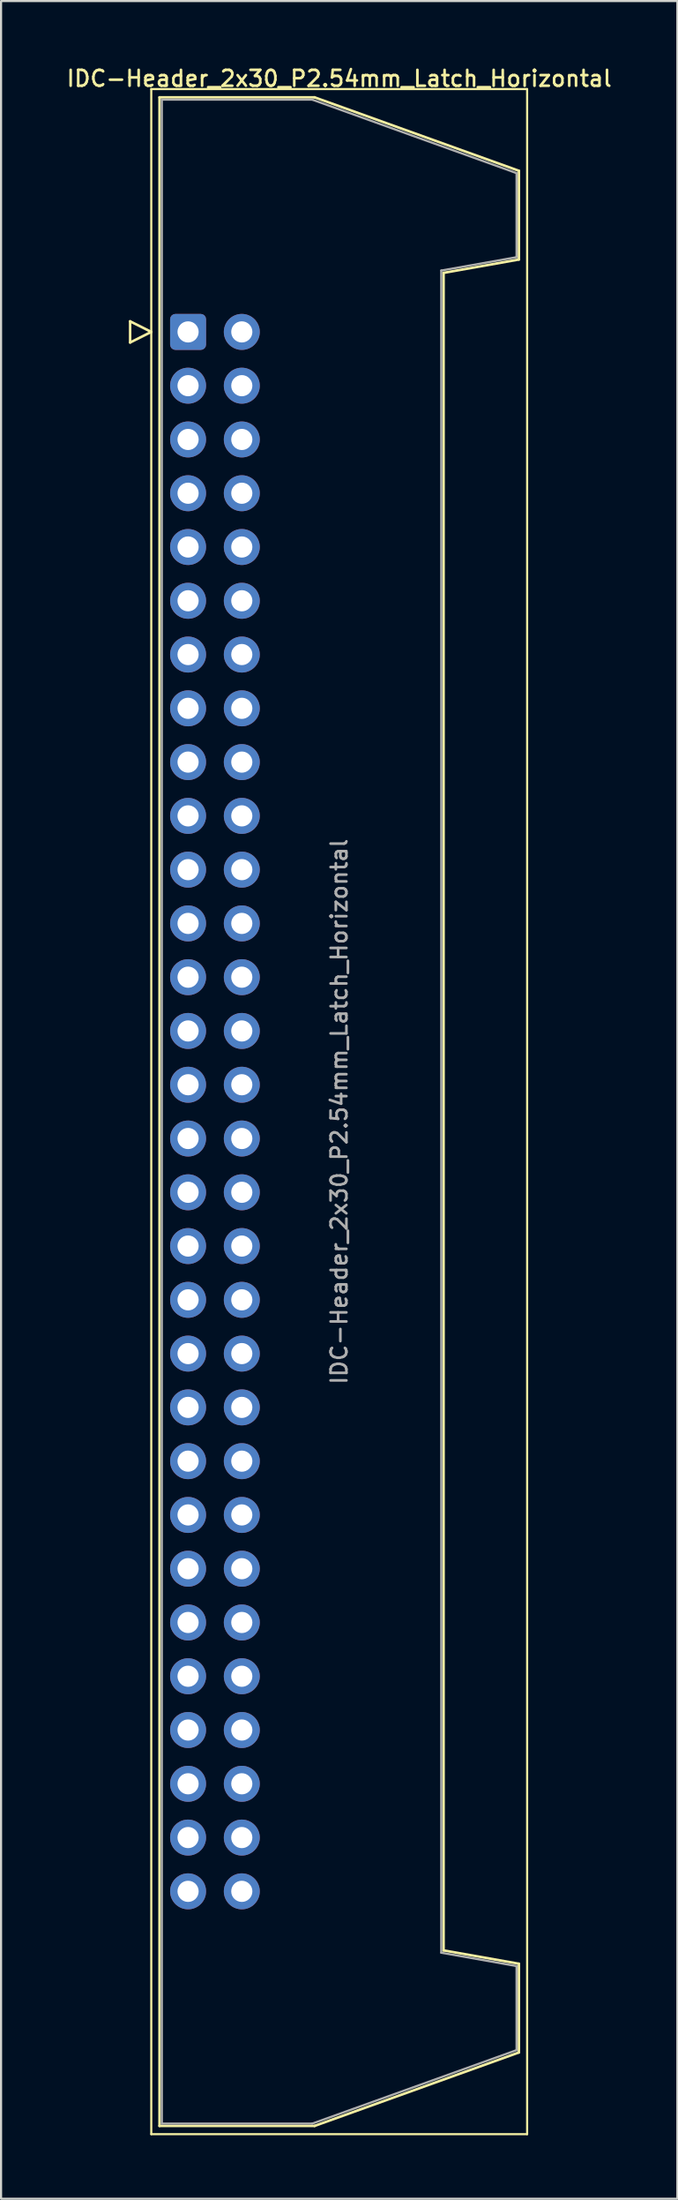
<source format=kicad_pcb>
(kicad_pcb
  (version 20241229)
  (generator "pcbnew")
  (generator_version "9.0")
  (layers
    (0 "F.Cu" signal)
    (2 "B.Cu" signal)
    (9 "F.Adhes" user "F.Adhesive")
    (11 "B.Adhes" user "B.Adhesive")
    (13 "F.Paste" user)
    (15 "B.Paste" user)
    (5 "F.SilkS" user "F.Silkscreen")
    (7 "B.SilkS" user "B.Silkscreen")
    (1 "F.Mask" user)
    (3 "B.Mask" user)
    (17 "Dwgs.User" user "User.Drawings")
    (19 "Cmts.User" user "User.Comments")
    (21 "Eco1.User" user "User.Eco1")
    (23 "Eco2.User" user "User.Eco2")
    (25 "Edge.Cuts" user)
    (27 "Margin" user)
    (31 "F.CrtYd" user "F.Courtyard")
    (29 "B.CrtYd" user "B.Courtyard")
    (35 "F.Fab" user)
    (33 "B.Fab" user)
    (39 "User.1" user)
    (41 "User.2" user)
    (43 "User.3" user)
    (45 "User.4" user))
  (footprint "IDC-Header_2x30_P2.54mm_Latch_Horizontal"
    (layer "F.Cu")
    (at 5.842 12.628)
    (property "Reference" "IDC-Header_2x30_P2.54mm_Latch_Horizontal" (at 7.145 -11.97 0) (layer "F.SilkS") (effects (font (size 0.75 0.75) (thickness 0.125))))
    (attr through_hole)
    (fp_line (start -2.74 -0.5) (end -2.74 0.5) (stroke (width 0.12) (type solid)) (layer "F.SilkS"))
    (fp_line (start -2.74 0.5) (end -1.74 0) (stroke (width 0.12) (type solid)) (layer "F.SilkS"))
    (fp_line (start -1.74 -11.47) (end -1.74 85.13) (stroke (width 0.1) (type solid)) (layer "F.SilkS"))
    (fp_line (start -1.74 0) (end -2.74 -0.5) (stroke (width 0.12) (type solid)) (layer "F.SilkS"))
    (fp_line (start -1.74 85.13) (end 16.03 85.13) (stroke (width 0.1) (type solid)) (layer "F.SilkS"))
    (fp_line (start -1.35 -11.08) (end 5.98 -11.08) (stroke (width 0.12) (type solid)) (layer "F.SilkS"))
    (fp_line (start -1.35 84.74) (end -1.35 -11.08) (stroke (width 0.12) (type solid)) (layer "F.SilkS"))
    (fp_line (start 5.98 -11.08) (end 15.64 -7.61) (stroke (width 0.12) (type solid)) (layer "F.SilkS"))
    (fp_line (start 5.98 84.74) (end -1.35 84.74) (stroke (width 0.12) (type solid)) (layer "F.SilkS"))
    (fp_line (start 12.08 -2.79) (end 12.08 76.45) (stroke (width 0.12) (type solid)) (layer "F.SilkS"))
    (fp_line (start 12.08 76.45) (end 15.64 77.08) (stroke (width 0.12) (type solid)) (layer "F.SilkS"))
    (fp_line (start 15.64 -7.61) (end 15.64 -3.42) (stroke (width 0.12) (type solid)) (layer "F.SilkS"))
    (fp_line (start 15.64 -3.42) (end 12.08 -2.79) (stroke (width 0.12) (type solid)) (layer "F.SilkS"))
    (fp_line (start 15.64 77.08) (end 15.64 81.27) (stroke (width 0.12) (type solid)) (layer "F.SilkS"))
    (fp_line (start 15.64 81.27) (end 5.98 84.74) (stroke (width 0.12) (type solid)) (layer "F.SilkS"))
    (fp_line (start 16.03 -11.47) (end -1.74 -11.47) (stroke (width 0.1) (type solid)) (layer "F.SilkS"))
    (fp_line (start 16.03 85.13) (end 16.03 -11.47) (stroke (width 0.1) (type solid)) (layer "F.SilkS"))
    (fp_line (start -1.24 -10.97) (end 5.87 -10.97) (stroke (width 0.1) (type solid)) (layer "F.Fab"))
    (fp_line (start -1.24 84.63) (end -1.24 -10.97) (stroke (width 0.1) (type solid)) (layer "F.Fab"))
    (fp_line (start 5.87 -10.97) (end 15.53 -7.5) (stroke (width 0.1) (type solid)) (layer "F.Fab"))
    (fp_line (start 5.87 84.63) (end -1.24 84.63) (stroke (width 0.1) (type solid)) (layer "F.Fab"))
    (fp_line (start 11.97 -2.9) (end 11.97 76.56) (stroke (width 0.1) (type solid)) (layer "F.Fab"))
    (fp_line (start 11.97 76.56) (end 15.53 77.19) (stroke (width 0.1) (type solid)) (layer "F.Fab"))
    (fp_line (start 15.53 -7.5) (end 15.53 -3.53) (stroke (width 0.1) (type solid)) (layer "F.Fab"))
    (fp_line (start 15.53 -3.53) (end 11.97 -2.9) (stroke (width 0.1) (type solid)) (layer "F.Fab"))
    (fp_line (start 15.53 77.19) (end 15.53 81.16) (stroke (width 0.1) (type solid)) (layer "F.Fab"))
    (fp_line (start 15.53 81.16) (end 5.87 84.63) (stroke (width 0.1) (type solid)) (layer "F.Fab"))
    (fp_text user "${REFERENCE}" (at 7.145 36.83 90) (layer "F.Fab") (effects (font (size 0.75 0.75) (thickness 0.125))))
    (pad "1" thru_hole roundrect (at 0 0) (size 1.7 1.7) (drill 1) (layers "*.Cu" "*.Mask") (roundrect_rratio 0.147))
    (pad "2" thru_hole circle (at 2.54 0) (size 1.7 1.7) (drill 1) (layers "*.Cu" "*.Mask"))
    (pad "3" thru_hole circle (at 0 2.54) (size 1.7 1.7) (drill 1) (layers "*.Cu" "*.Mask"))
    (pad "4" thru_hole circle (at 2.54 2.54) (size 1.7 1.7) (drill 1) (layers "*.Cu" "*.Mask"))
    (pad "5" thru_hole circle (at 0 5.08) (size 1.7 1.7) (drill 1) (layers "*.Cu" "*.Mask"))
    (pad "6" thru_hole circle (at 2.54 5.08) (size 1.7 1.7) (drill 1) (layers "*.Cu" "*.Mask"))
    (pad "7" thru_hole circle (at 0 7.62) (size 1.7 1.7) (drill 1) (layers "*.Cu" "*.Mask"))
    (pad "8" thru_hole circle (at 2.54 7.62) (size 1.7 1.7) (drill 1) (layers "*.Cu" "*.Mask"))
    (pad "9" thru_hole circle (at 0 10.16) (size 1.7 1.7) (drill 1) (layers "*.Cu" "*.Mask"))
    (pad "10" thru_hole circle (at 2.54 10.16) (size 1.7 1.7) (drill 1) (layers "*.Cu" "*.Mask"))
    (pad "11" thru_hole circle (at 0 12.7) (size 1.7 1.7) (drill 1) (layers "*.Cu" "*.Mask"))
    (pad "12" thru_hole circle (at 2.54 12.7) (size 1.7 1.7) (drill 1) (layers "*.Cu" "*.Mask"))
    (pad "13" thru_hole circle (at 0 15.24) (size 1.7 1.7) (drill 1) (layers "*.Cu" "*.Mask"))
    (pad "14" thru_hole circle (at 2.54 15.24) (size 1.7 1.7) (drill 1) (layers "*.Cu" "*.Mask"))
    (pad "15" thru_hole circle (at 0 17.78) (size 1.7 1.7) (drill 1) (layers "*.Cu" "*.Mask"))
    (pad "16" thru_hole circle (at 2.54 17.78) (size 1.7 1.7) (drill 1) (layers "*.Cu" "*.Mask"))
    (pad "17" thru_hole circle (at 0 20.32) (size 1.7 1.7) (drill 1) (layers "*.Cu" "*.Mask"))
    (pad "18" thru_hole circle (at 2.54 20.32) (size 1.7 1.7) (drill 1) (layers "*.Cu" "*.Mask"))
    (pad "19" thru_hole circle (at 0 22.86) (size 1.7 1.7) (drill 1) (layers "*.Cu" "*.Mask"))
    (pad "20" thru_hole circle (at 2.54 22.86) (size 1.7 1.7) (drill 1) (layers "*.Cu" "*.Mask"))
    (pad "21" thru_hole circle (at 0 25.4) (size 1.7 1.7) (drill 1) (layers "*.Cu" "*.Mask"))
    (pad "22" thru_hole circle (at 2.54 25.4) (size 1.7 1.7) (drill 1) (layers "*.Cu" "*.Mask"))
    (pad "23" thru_hole circle (at 0 27.94) (size 1.7 1.7) (drill 1) (layers "*.Cu" "*.Mask"))
    (pad "24" thru_hole circle (at 2.54 27.94) (size 1.7 1.7) (drill 1) (layers "*.Cu" "*.Mask"))
    (pad "25" thru_hole circle (at 0 30.48) (size 1.7 1.7) (drill 1) (layers "*.Cu" "*.Mask"))
    (pad "26" thru_hole circle (at 2.54 30.48) (size 1.7 1.7) (drill 1) (layers "*.Cu" "*.Mask"))
    (pad "27" thru_hole circle (at 0 33.02) (size 1.7 1.7) (drill 1) (layers "*.Cu" "*.Mask"))
    (pad "28" thru_hole circle (at 2.54 33.02) (size 1.7 1.7) (drill 1) (layers "*.Cu" "*.Mask"))
    (pad "29" thru_hole circle (at 0 35.56) (size 1.7 1.7) (drill 1) (layers "*.Cu" "*.Mask"))
    (pad "30" thru_hole circle (at 2.54 35.56) (size 1.7 1.7) (drill 1) (layers "*.Cu" "*.Mask"))
    (pad "31" thru_hole circle (at 0 38.1) (size 1.7 1.7) (drill 1) (layers "*.Cu" "*.Mask"))
    (pad "32" thru_hole circle (at 2.54 38.1) (size 1.7 1.7) (drill 1) (layers "*.Cu" "*.Mask"))
    (pad "33" thru_hole circle (at 0 40.64) (size 1.7 1.7) (drill 1) (layers "*.Cu" "*.Mask"))
    (pad "34" thru_hole circle (at 2.54 40.64) (size 1.7 1.7) (drill 1) (layers "*.Cu" "*.Mask"))
    (pad "35" thru_hole circle (at 0 43.18) (size 1.7 1.7) (drill 1) (layers "*.Cu" "*.Mask"))
    (pad "36" thru_hole circle (at 2.54 43.18) (size 1.7 1.7) (drill 1) (layers "*.Cu" "*.Mask"))
    (pad "37" thru_hole circle (at 0 45.72) (size 1.7 1.7) (drill 1) (layers "*.Cu" "*.Mask"))
    (pad "38" thru_hole circle (at 2.54 45.72) (size 1.7 1.7) (drill 1) (layers "*.Cu" "*.Mask"))
    (pad "39" thru_hole circle (at 0 48.26) (size 1.7 1.7) (drill 1) (layers "*.Cu" "*.Mask"))
    (pad "40" thru_hole circle (at 2.54 48.26) (size 1.7 1.7) (drill 1) (layers "*.Cu" "*.Mask"))
    (pad "41" thru_hole circle (at 0 50.8) (size 1.7 1.7) (drill 1) (layers "*.Cu" "*.Mask"))
    (pad "42" thru_hole circle (at 2.54 50.8) (size 1.7 1.7) (drill 1) (layers "*.Cu" "*.Mask"))
    (pad "43" thru_hole circle (at 0 53.34) (size 1.7 1.7) (drill 1) (layers "*.Cu" "*.Mask"))
    (pad "44" thru_hole circle (at 2.54 53.34) (size 1.7 1.7) (drill 1) (layers "*.Cu" "*.Mask"))
    (pad "45" thru_hole circle (at 0 55.88) (size 1.7 1.7) (drill 1) (layers "*.Cu" "*.Mask"))
    (pad "46" thru_hole circle (at 2.54 55.88) (size 1.7 1.7) (drill 1) (layers "*.Cu" "*.Mask"))
    (pad "47" thru_hole circle (at 0 58.42) (size 1.7 1.7) (drill 1) (layers "*.Cu" "*.Mask"))
    (pad "48" thru_hole circle (at 2.54 58.42) (size 1.7 1.7) (drill 1) (layers "*.Cu" "*.Mask"))
    (pad "49" thru_hole circle (at 0 60.96) (size 1.7 1.7) (drill 1) (layers "*.Cu" "*.Mask"))
    (pad "50" thru_hole circle (at 2.54 60.96) (size 1.7 1.7) (drill 1) (layers "*.Cu" "*.Mask"))
    (pad "51" thru_hole circle (at 0 63.5) (size 1.7 1.7) (drill 1) (layers "*.Cu" "*.Mask"))
    (pad "52" thru_hole circle (at 2.54 63.5) (size 1.7 1.7) (drill 1) (layers "*.Cu" "*.Mask"))
    (pad "53" thru_hole circle (at 0 66.04) (size 1.7 1.7) (drill 1) (layers "*.Cu" "*.Mask"))
    (pad "54" thru_hole circle (at 2.54 66.04) (size 1.7 1.7) (drill 1) (layers "*.Cu" "*.Mask"))
    (pad "55" thru_hole circle (at 0 68.58) (size 1.7 1.7) (drill 1) (layers "*.Cu" "*.Mask"))
    (pad "56" thru_hole circle (at 2.54 68.58) (size 1.7 1.7) (drill 1) (layers "*.Cu" "*.Mask"))
    (pad "57" thru_hole circle (at 0 71.12) (size 1.7 1.7) (drill 1) (layers "*.Cu" "*.Mask"))
    (pad "58" thru_hole circle (at 2.54 71.12) (size 1.7 1.7) (drill 1) (layers "*.Cu" "*.Mask"))
    (pad "59" thru_hole circle (at 0 73.66) (size 1.7 1.7) (drill 1) (layers "*.Cu" "*.Mask"))
    (pad "60" thru_hole circle (at 2.54 73.66) (size 1.7 1.7) (drill 1) (layers "*.Cu" "*.Mask")))
  (gr_rect
    (start -3 -3)
    (end 28.975 100.808)
    (stroke (width 0.1) (type default))
    (fill no)
    (layer "Edge.Cuts")))
</source>
